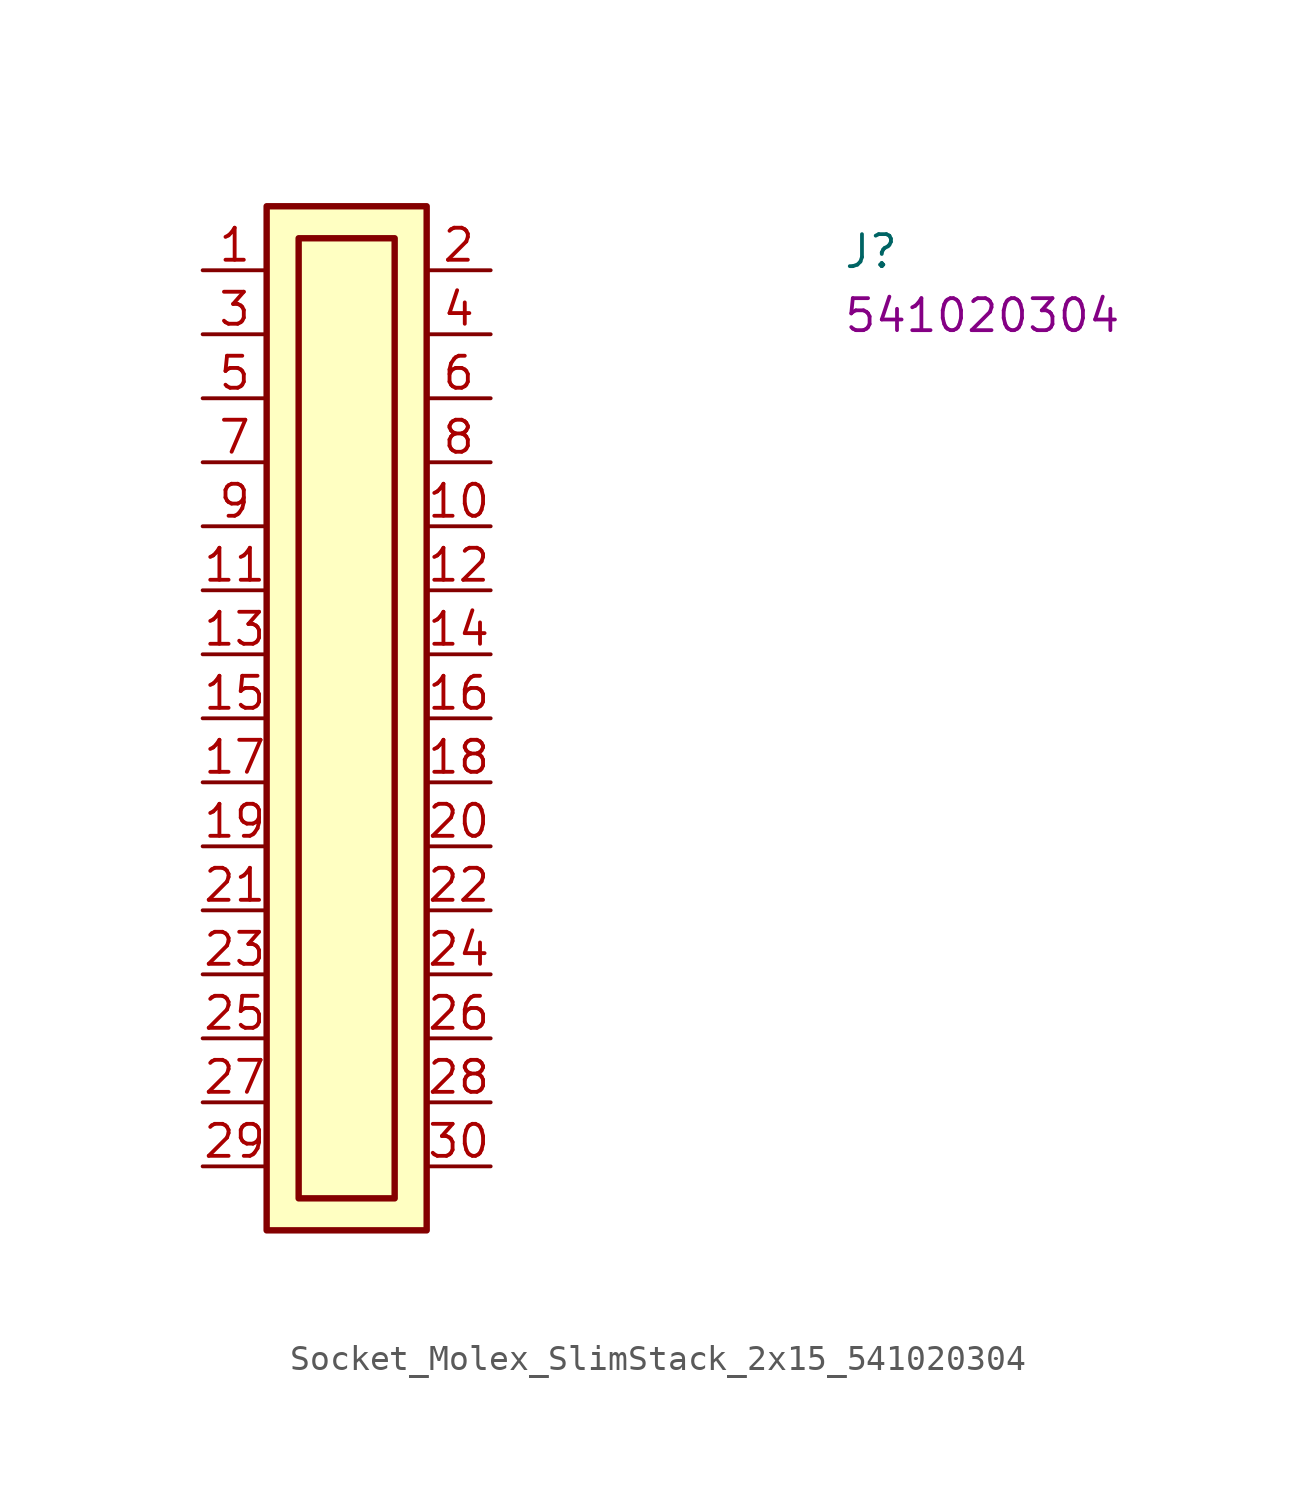
<source format=kicad_sym>
(kicad_symbol_lib
  (version 20220914)
  (generator kicad_symbol_editor)
  (symbol "Socket_Molex_SlimStack_2x15_541020304"
    (property "Reference" "J"
      (at 25.4 0 0)
      (effects (font (size 1.27 1.27) (thickness 0.15)) (justify left bottom)))
    (property "MPN" "541020304"
      (at 25.4 -2.54 0)
      (effects (font (size 1.27 1.27) (thickness 0.15)) (justify left bottom)))
    (symbol "Socket_Molex_SlimStack_2x15_541020304_1_1"
      (rectangle (start 2.54 2.54) (end 8.89 -38.1) (stroke (width 0.254) (type default)) (fill (type background)))
      (rectangle (start 3.81 1.27) (end 7.62 -36.83) (stroke (width 0.254) (type default)) (fill (type background)))
      (pin passive line (at 0 0 0) (length 2.54) (name "~" (effects (font (size 1.27 1.27)))) (number "1" (effects (font (size 1.27 1.27)))))
      (pin passive line (at 11.43 -10.16 180) (length 2.54) (name "~" (effects (font (size 1.27 1.27)))) (number "10" (effects (font (size 1.27 1.27)))))
      (pin passive line (at 0 -12.7 0) (length 2.54) (name "~" (effects (font (size 1.27 1.27)))) (number "11" (effects (font (size 1.27 1.27)))))
      (pin passive line (at 11.43 -12.7 180) (length 2.54) (name "~" (effects (font (size 1.27 1.27)))) (number "12" (effects (font (size 1.27 1.27)))))
      (pin passive line (at 0 -15.24 0) (length 2.54) (name "~" (effects (font (size 1.27 1.27)))) (number "13" (effects (font (size 1.27 1.27)))))
      (pin passive line (at 11.43 -15.24 180) (length 2.54) (name "~" (effects (font (size 1.27 1.27)))) (number "14" (effects (font (size 1.27 1.27)))))
      (pin passive line (at 0 -17.78 0) (length 2.54) (name "~" (effects (font (size 1.27 1.27)))) (number "15" (effects (font (size 1.27 1.27)))))
      (pin passive line (at 11.43 -17.78 180) (length 2.54) (name "~" (effects (font (size 1.27 1.27)))) (number "16" (effects (font (size 1.27 1.27)))))
      (pin passive line (at 0 -20.32 0) (length 2.54) (name "~" (effects (font (size 1.27 1.27)))) (number "17" (effects (font (size 1.27 1.27)))))
      (pin passive line (at 11.43 -20.32 180) (length 2.54) (name "~" (effects (font (size 1.27 1.27)))) (number "18" (effects (font (size 1.27 1.27)))))
      (pin passive line (at 0 -22.86 0) (length 2.54) (name "~" (effects (font (size 1.27 1.27)))) (number "19" (effects (font (size 1.27 1.27)))))
      (pin passive line (at 11.43 0 180) (length 2.54) (name "~" (effects (font (size 1.27 1.27)))) (number "2" (effects (font (size 1.27 1.27)))))
      (pin passive line (at 11.43 -22.86 180) (length 2.54) (name "~" (effects (font (size 1.27 1.27)))) (number "20" (effects (font (size 1.27 1.27)))))
      (pin passive line (at 0 -25.4 0) (length 2.54) (name "~" (effects (font (size 1.27 1.27)))) (number "21" (effects (font (size 1.27 1.27)))))
      (pin passive line (at 11.43 -25.4 180) (length 2.54) (name "~" (effects (font (size 1.27 1.27)))) (number "22" (effects (font (size 1.27 1.27)))))
      (pin passive line (at 0 -27.94 0) (length 2.54) (name "~" (effects (font (size 1.27 1.27)))) (number "23" (effects (font (size 1.27 1.27)))))
      (pin passive line (at 11.43 -27.94 180) (length 2.54) (name "~" (effects (font (size 1.27 1.27)))) (number "24" (effects (font (size 1.27 1.27)))))
      (pin passive line (at 0 -30.48 0) (length 2.54) (name "~" (effects (font (size 1.27 1.27)))) (number "25" (effects (font (size 1.27 1.27)))))
      (pin passive line (at 11.43 -30.48 180) (length 2.54) (name "~" (effects (font (size 1.27 1.27)))) (number "26" (effects (font (size 1.27 1.27)))))
      (pin passive line (at 0 -33.02 0) (length 2.54) (name "~" (effects (font (size 1.27 1.27)))) (number "27" (effects (font (size 1.27 1.27)))))
      (pin passive line (at 11.43 -33.02 180) (length 2.54) (name "~" (effects (font (size 1.27 1.27)))) (number "28" (effects (font (size 1.27 1.27)))))
      (pin passive line (at 0 -35.56 0) (length 2.54) (name "~" (effects (font (size 1.27 1.27)))) (number "29" (effects (font (size 1.27 1.27)))))
      (pin passive line (at 0 -2.54 0) (length 2.54) (name "~" (effects (font (size 1.27 1.27)))) (number "3" (effects (font (size 1.27 1.27)))))
      (pin passive line (at 11.43 -35.56 180) (length 2.54) (name "~" (effects (font (size 1.27 1.27)))) (number "30" (effects (font (size 1.27 1.27)))))
      (pin passive line (at 11.43 -2.54 180) (length 2.54) (name "~" (effects (font (size 1.27 1.27)))) (number "4" (effects (font (size 1.27 1.27)))))
      (pin passive line (at 0 -5.08 0) (length 2.54) (name "~" (effects (font (size 1.27 1.27)))) (number "5" (effects (font (size 1.27 1.27)))))
      (pin passive line (at 11.43 -5.08 180) (length 2.54) (name "~" (effects (font (size 1.27 1.27)))) (number "6" (effects (font (size 1.27 1.27)))))
      (pin passive line (at 0 -7.62 0) (length 2.54) (name "~" (effects (font (size 1.27 1.27)))) (number "7" (effects (font (size 1.27 1.27)))))
      (pin passive line (at 11.43 -7.62 180) (length 2.54) (name "~" (effects (font (size 1.27 1.27)))) (number "8" (effects (font (size 1.27 1.27)))))
      (pin passive line (at 0 -10.16 0) (length 2.54) (name "~" (effects (font (size 1.27 1.27)))) (number "9" (effects (font (size 1.27 1.27))))))))
</source>
